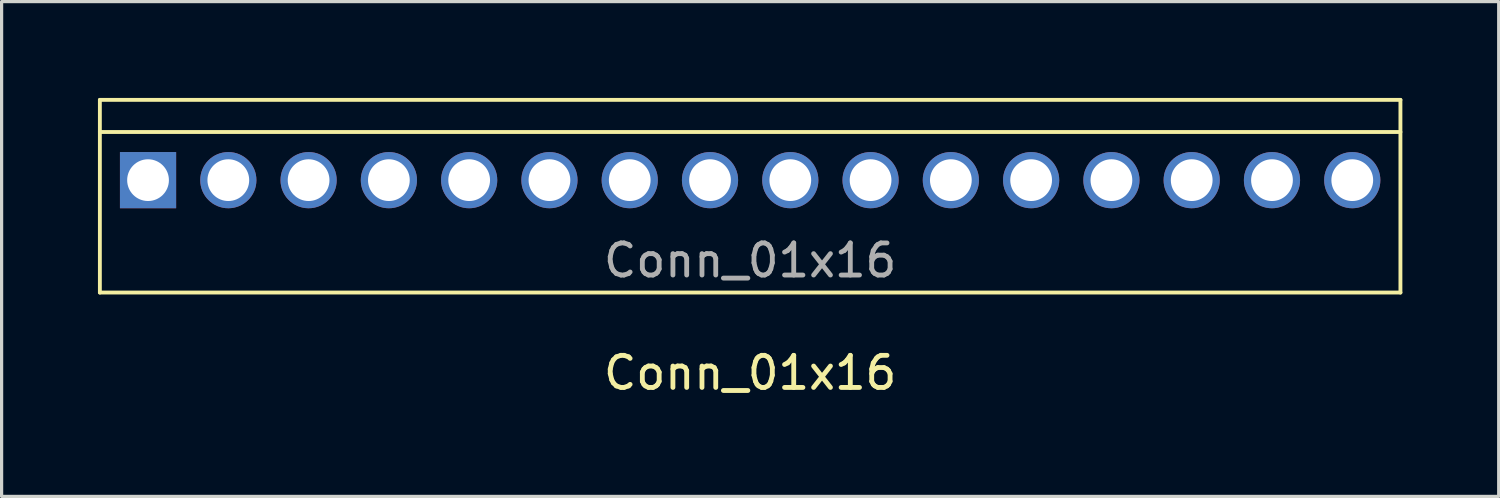
<source format=kicad_pcb>
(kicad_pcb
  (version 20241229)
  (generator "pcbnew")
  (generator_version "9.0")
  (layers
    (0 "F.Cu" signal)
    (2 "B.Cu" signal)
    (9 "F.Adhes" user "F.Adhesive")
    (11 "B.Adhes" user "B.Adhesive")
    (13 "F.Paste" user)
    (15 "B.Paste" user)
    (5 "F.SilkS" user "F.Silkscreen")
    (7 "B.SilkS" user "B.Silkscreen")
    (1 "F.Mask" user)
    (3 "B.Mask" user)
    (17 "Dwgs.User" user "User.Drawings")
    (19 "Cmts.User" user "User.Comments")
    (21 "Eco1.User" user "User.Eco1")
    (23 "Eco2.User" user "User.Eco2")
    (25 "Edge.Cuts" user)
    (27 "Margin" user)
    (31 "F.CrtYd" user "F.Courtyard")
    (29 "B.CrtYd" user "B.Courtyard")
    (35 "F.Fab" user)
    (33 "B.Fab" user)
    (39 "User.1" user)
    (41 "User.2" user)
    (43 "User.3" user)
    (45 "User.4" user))
  (footprint "Conn_01x16"
    (layer "F.Cu")
    (at 1.56 2.56)
    (property "Reference" "Conn_01x16" (at 18.75 6 0) (layer "F.SilkS") (effects (font (size 1 1) (thickness 0.15))))
    (attr through_hole)
    (fp_line (start -1.5 -2.5) (end -1.5 3.5) (stroke (width 0.12) (type solid)) (layer "F.SilkS"))
    (fp_line (start -1.5 -1.5) (end 39 -1.5) (stroke (width 0.12) (type solid)) (layer "F.SilkS"))
    (fp_line (start -1.5 3.5) (end 39 3.5) (stroke (width 0.12) (type solid)) (layer "F.SilkS"))
    (fp_line (start 39 -2.5) (end -1.5 -2.5) (stroke (width 0.12) (type solid)) (layer "F.SilkS"))
    (fp_line (start 39 -2.5) (end 39 3.5) (stroke (width 0.12) (type solid)) (layer "F.SilkS"))
    (fp_text user "${REFERENCE}" (at 18.75 2.5 0) (layer "F.Fab") (effects (font (size 1 1) (thickness 0.15))))
    (pad "1" thru_hole rect (at 0 0) (size 1.75 1.75) (drill 1.3) (layers "*.Cu" "*.Mask"))
    (pad "2" thru_hole circle (at 2.5 0) (size 1.75 1.75) (drill 1.3) (layers "*.Cu" "*.Mask"))
    (pad "3" thru_hole circle (at 5 0) (size 1.75 1.75) (drill 1.3) (layers "*.Cu" "*.Mask"))
    (pad "4" thru_hole circle (at 7.5 0) (size 1.75 1.75) (drill 1.3) (layers "*.Cu" "*.Mask"))
    (pad "5" thru_hole circle (at 10 0) (size 1.75 1.75) (drill 1.3) (layers "*.Cu" "*.Mask"))
    (pad "6" thru_hole circle (at 12.5 0) (size 1.75 1.75) (drill 1.3) (layers "*.Cu" "*.Mask"))
    (pad "7" thru_hole circle (at 15 0) (size 1.75 1.75) (drill 1.3) (layers "*.Cu" "*.Mask"))
    (pad "8" thru_hole circle (at 17.5 0) (size 1.75 1.75) (drill 1.3) (layers "*.Cu" "*.Mask"))
    (pad "9" thru_hole circle (at 20 0) (size 1.75 1.75) (drill 1.3) (layers "*.Cu" "*.Mask"))
    (pad "10" thru_hole circle (at 22.5 0) (size 1.75 1.75) (drill 1.3) (layers "*.Cu" "*.Mask"))
    (pad "11" thru_hole circle (at 25 0) (size 1.75 1.75) (drill 1.3) (layers "*.Cu" "*.Mask"))
    (pad "12" thru_hole circle (at 27.5 0) (size 1.75 1.75) (drill 1.3) (layers "*.Cu" "*.Mask"))
    (pad "13" thru_hole circle (at 30 0) (size 1.75 1.75) (drill 1.3) (layers "*.Cu" "*.Mask"))
    (pad "14" thru_hole circle (at 32.5 0) (size 1.75 1.75) (drill 1.3) (layers "*.Cu" "*.Mask"))
    (pad "15" thru_hole circle (at 35 0) (size 1.75 1.75) (drill 1.3) (layers "*.Cu" "*.Mask"))
    (pad "16" thru_hole circle (at 37.5 0) (size 1.75 1.75) (drill 1.3) (layers "*.Cu" "*.Mask")))
  (gr_rect
    (start -3 -3)
    (end 43.62 12.408)
    (stroke (width 0.1) (type default))
    (fill no)
    (layer "Edge.Cuts")))
</source>
